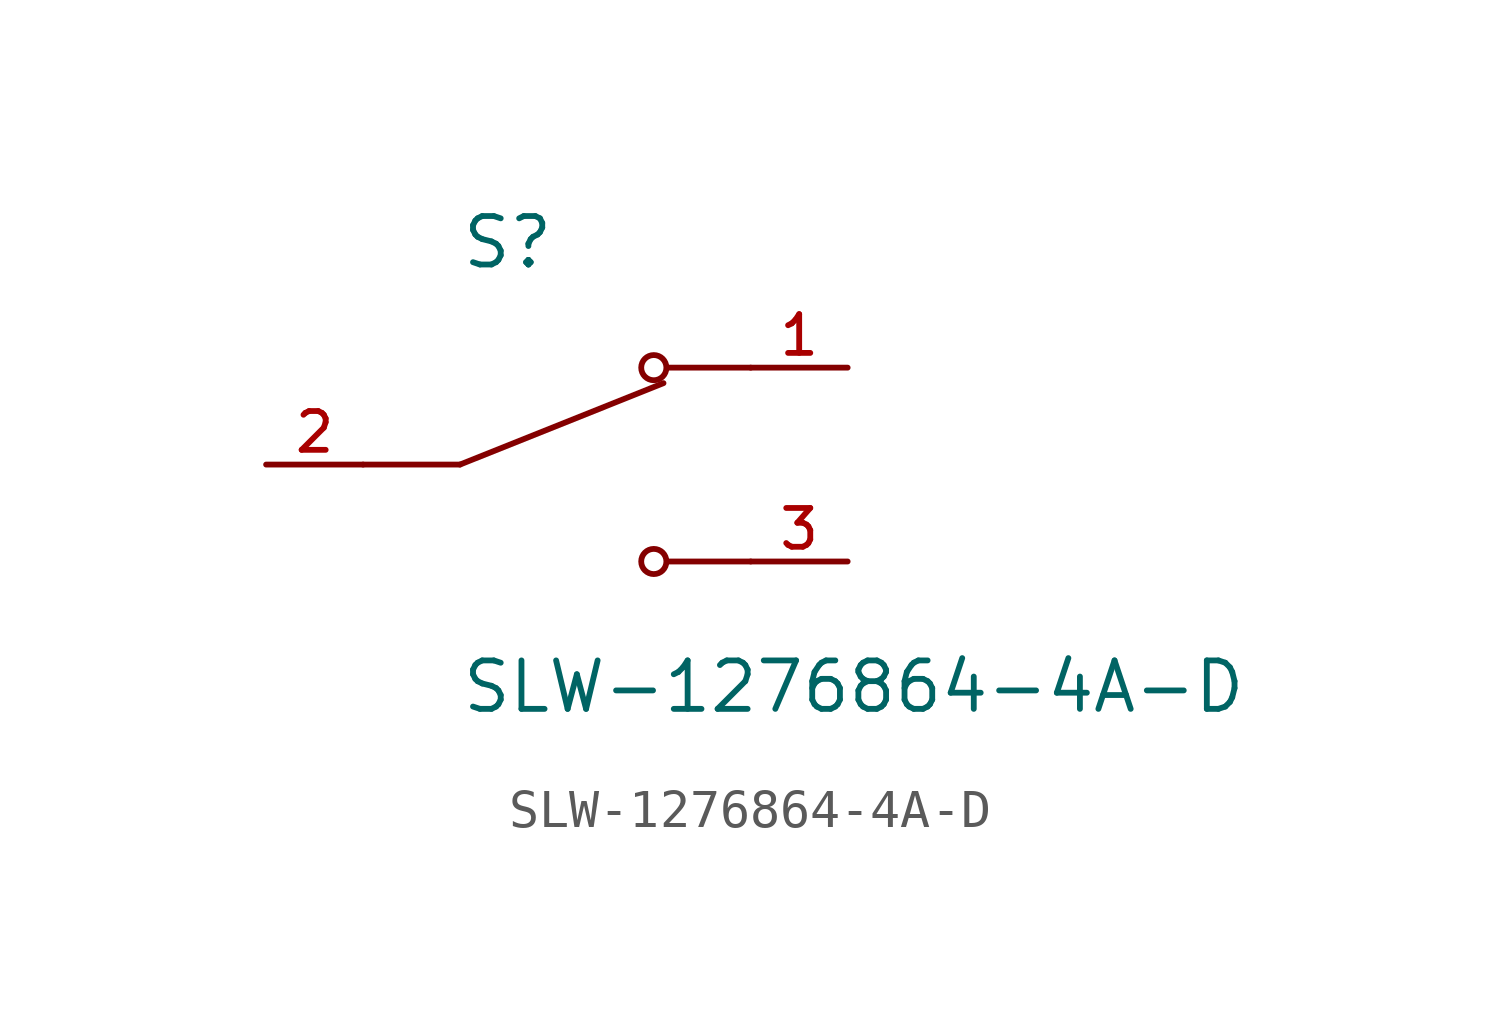
<source format=kicad_sym>
(kicad_symbol_lib
  (version 20211014)
  (generator kicad_symbol_editor)
  (symbol "SLW-1276864-4A-D"
    (pin_names
      (offset 1.016))
    (property "Reference" "S"
      (at -2.54 5.08 0)
      (effects (font (size 1.27 1.27)) (justify bottom left)))
    (property "Value" "SLW-1276864-4A-D"
      (at -2.54 -5.08 0)
      (effects (font (size 1.27 1.27)) (justify top left)))
    (symbol "SLW-1276864-4A-D_0_0"
      (polyline (pts (xy -2.54 0.0) (xy 2.794 2.134)) (stroke (width 0.152)))
      (circle (center 2.54 2.54) (radius 0.33) (stroke (width 0.152)) (fill (type none)))
      (polyline (pts (xy 5.08 2.54) (xy 2.921 2.54)) (stroke (width 0.152)))
      (polyline (pts (xy -2.54 0.0) (xy -5.08 0.0)) (stroke (width 0.152)))
      (circle (center 2.54 -2.54) (radius 0.33) (stroke (width 0.152)) (fill (type none)))
      (polyline (pts (xy 5.08 -2.54) (xy 2.921 -2.54)) (stroke (width 0.152)))
      (pin passive line (at 7.62 2.54 180.0) (length 2.54) (name "~" (effects (font (size 1.016 1.016)))) (number "1" (effects (font (size 1.016 1.016)))))
      (pin passive line (at -7.62 0.0 0) (length 2.54) (name "~" (effects (font (size 1.016 1.016)))) (number "2" (effects (font (size 1.016 1.016)))))
      (pin passive line (at 7.62 -2.54 180.0) (length 2.54) (name "~" (effects (font (size 1.016 1.016)))) (number "3" (effects (font (size 1.016 1.016))))))))
</source>
